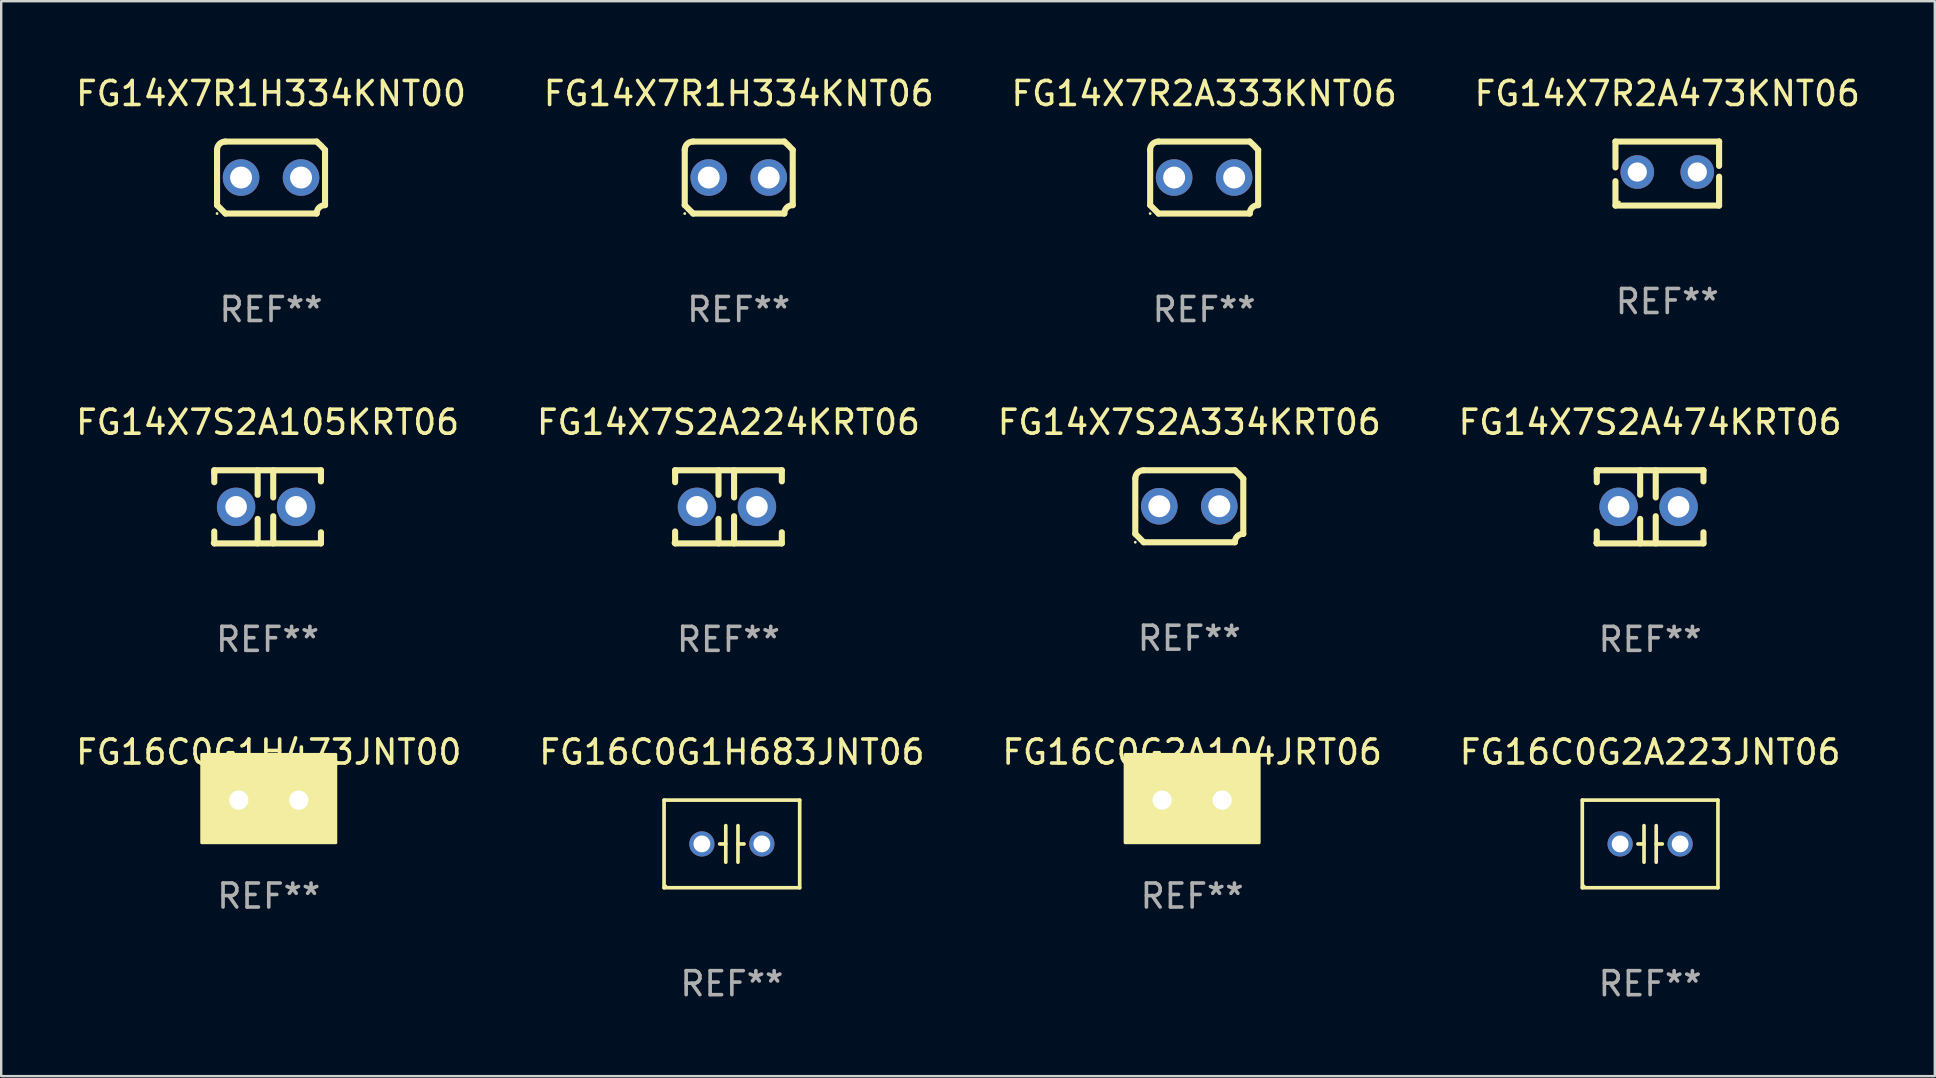
<source format=kicad_pcb>
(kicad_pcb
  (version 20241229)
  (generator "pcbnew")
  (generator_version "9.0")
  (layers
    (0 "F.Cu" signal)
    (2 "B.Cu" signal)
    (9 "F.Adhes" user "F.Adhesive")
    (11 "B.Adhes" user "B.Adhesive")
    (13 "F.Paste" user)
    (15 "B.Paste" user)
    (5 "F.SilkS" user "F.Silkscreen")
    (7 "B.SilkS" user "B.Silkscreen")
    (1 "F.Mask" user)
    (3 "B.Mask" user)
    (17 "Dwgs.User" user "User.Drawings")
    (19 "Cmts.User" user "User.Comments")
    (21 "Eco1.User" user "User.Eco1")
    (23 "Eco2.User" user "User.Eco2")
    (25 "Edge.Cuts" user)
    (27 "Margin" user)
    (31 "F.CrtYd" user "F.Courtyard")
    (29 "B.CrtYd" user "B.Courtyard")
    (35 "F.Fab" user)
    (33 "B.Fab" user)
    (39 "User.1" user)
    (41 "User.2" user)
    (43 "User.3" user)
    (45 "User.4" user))
  (footprint "FG16C0G2A223JNT06"
    (layer "F.Cu")
    (at 65.708 32.115)
    (property "Reference" "FG16C0G2A223JNT06" (at 0 -3.826 0) (layer "F.SilkS") (effects (font (size 1 1) (thickness 0.15))))
    (attr through_hole)
    (fp_line (start -2.826 -1.826) (end 2.826 -1.826) (stroke (width 0.152) (type solid)) (layer "F.SilkS"))
    (fp_line (start -2.826 1.826) (end -2.826 -1.826) (stroke (width 0.152) (type solid)) (layer "F.SilkS"))
    (fp_line (start -0.254 -0.762) (end -0.254 0.762) (stroke (width 0.152) (type solid)) (layer "F.SilkS"))
    (fp_line (start -0.254 0.001) (end -0.508 0.001) (stroke (width 0.152) (type solid)) (layer "F.SilkS"))
    (fp_line (start 0.254 0.001) (end 0.508 0.001) (stroke (width 0.152) (type solid)) (layer "F.SilkS"))
    (fp_line (start 0.254 0.762) (end 0.254 -0.762) (stroke (width 0.152) (type solid)) (layer "F.SilkS"))
    (fp_line (start 2.826 -1.826) (end 2.826 1.826) (stroke (width 0.152) (type solid)) (layer "F.SilkS"))
    (fp_line (start 2.826 1.826) (end -2.826 1.826) (stroke (width 0.152) (type solid)) (layer "F.SilkS"))
    (fp_circle (center -2.75 1.75) (end -2.72 1.75) (stroke (width 0.06) (type solid)) (fill no) (layer "F.SilkS"))
    (fp_text user "REF**" (at 0 5.826 0) (layer "F.Fab") (effects (font (size 1 1) (thickness 0.15))))
    (pad "1" thru_hole circle (at -1.25 -0.000013) (size 1.05 1.05) (drill 0.7) (layers "*.Cu" "*.Mask"))
    (pad "2" thru_hole circle (at 1.25 -0.000013) (size 1.05 1.05) (drill 0.7) (layers "*.Cu" "*.Mask")))
  (footprint "FG14X7S2A474KRT06"
    (layer "F.Cu")
    (at 65.708 18.069)
    (property "Reference" "FG14X7S2A474KRT06" (at 0 -3.524 0) (layer "F.SilkS") (effects (font (size 1 1) (thickness 0.15))))
    (attr through_hole)
    (fp_line (start -2.223 -1.524) (end 2.223 -1.524) (stroke (width 0.254) (type solid)) (layer "F.SilkS"))
    (fp_line (start -2.223 -1.397) (end -2.223 -1.524) (stroke (width 0.254) (type solid)) (layer "F.SilkS"))
    (fp_line (start -2.223 -1.026) (end -2.223 -1.397) (stroke (width 0.254) (type solid)) (layer "F.SilkS"))
    (fp_line (start -2.223 1.524) (end -2.223 1.026) (stroke (width 0.254) (type solid)) (layer "F.SilkS"))
    (fp_line (start -0.415 -1.524) (end -0.415 -0.503) (stroke (width 0.254) (type solid)) (layer "F.SilkS"))
    (fp_line (start -0.415 0.503) (end -0.415 1.524) (stroke (width 0.254) (type solid)) (layer "F.SilkS"))
    (fp_line (start 0.234 -1.524) (end 0.234 -0.391) (stroke (width 0.254) (type solid)) (layer "F.SilkS"))
    (fp_line (start 0.234 0.391) (end 0.234 1.524) (stroke (width 0.254) (type solid)) (layer "F.SilkS"))
    (fp_line (start 2.223 -1.524) (end 2.223 -1.06) (stroke (width 0.254) (type solid)) (layer "F.SilkS"))
    (fp_line (start 2.223 1.06) (end 2.223 1.524) (stroke (width 0.254) (type solid)) (layer "F.SilkS"))
    (fp_line (start 2.223 1.524) (end -2.223 1.524) (stroke (width 0.254) (type solid)) (layer "F.SilkS"))
    (fp_circle (center -2.314 1.5) (end -2.284 1.5) (stroke (width 0.06) (type solid)) (fill no) (layer "F.SilkS"))
    (fp_text user "REF**" (at 0 5.524 0) (layer "F.Fab") (effects (font (size 1 1) (thickness 0.15))))
    (pad "1" thru_hole circle (at -1.313 0) (size 1.6 1.6) (drill 0.9) (layers "*.Cu" "*.Mask"))
    (pad "2" thru_hole circle (at 1.187 0) (size 1.6 1.6) (drill 0.9) (layers "*.Cu" "*.Mask")))
  (footprint "FG14X7R2A473KNT06"
    (layer "F.Cu")
    (at 66.423 4.182)
    (property "Reference" "FG14X7R2A473KNT06" (at 0 -3.334 0) (layer "F.SilkS") (effects (font (size 1 1) (thickness 0.15))))
    (attr through_hole)
    (fp_line (start -2.159 -1.334) (end 2.159 -1.334) (stroke (width 0.254) (type solid)) (layer "F.SilkS"))
    (fp_line (start -2.159 -0.256) (end -2.159 -1.334) (stroke (width 0.254) (type solid)) (layer "F.SilkS"))
    (fp_line (start -2.159 1.334) (end -2.159 0.318) (stroke (width 0.254) (type solid)) (layer "F.SilkS"))
    (fp_line (start 2.159 -1.334) (end 2.159 -1.334) (stroke (width 0.254) (type solid)) (layer "F.SilkS"))
    (fp_line (start 2.159 -1.334) (end 2.159 -0.318) (stroke (width 0.254) (type solid)) (layer "F.SilkS"))
    (fp_line (start 2.159 0.129) (end 2.159 1.334) (stroke (width 0.254) (type solid)) (layer "F.SilkS"))
    (fp_line (start 2.159 1.334) (end -2.159 1.334) (stroke (width 0.254) (type solid)) (layer "F.SilkS"))
    (fp_circle (center -2 1.186) (end -1.97 1.186) (stroke (width 0.06) (type solid)) (fill no) (layer "F.SilkS"))
    (fp_text user "REF**" (at 0 5.334 0) (layer "F.Fab") (effects (font (size 1 1) (thickness 0.15))))
    (pad "1" thru_hole circle (at -1.25 -0.064) (size 1.4 1.4) (drill 0.8) (layers "*.Cu" "*.Mask"))
    (pad "2" thru_hole circle (at 1.25 -0.064) (size 1.4 1.4) (drill 0.8) (layers "*.Cu" "*.Mask")))
  (footprint "FG16C0G2A104JRT06"
    (layer "F.Cu")
    (at 46.625 30.289)
    (property "Reference" "FG16C0G2A104JRT06" (at 0 -2 0) (layer "F.SilkS") (effects (font (size 1 1) (thickness 0.15))))
    (attr through_hole)
    (fp_circle (center -2.75 1.75) (end -2.72 1.75) (stroke (width 0.06) (type solid)) (fill no) (layer "F.SilkS"))
    (fp_poly (pts (xy -2.794 -1.905) (xy 2.794 -1.905) (xy 2.794 1.778) (xy -2.794 1.778)) (stroke (width 0.12) (type solid)) (fill yes) (layer "F.SilkS"))
    (fp_text user "REF**" (at 0 4 0) (layer "F.Fab") (effects (font (size 1 1) (thickness 0.15))))
    (pad "1" thru_hole circle (at -1.25 0) (size 1.2 1.2) (drill 0.8) (layers "*.Cu" "*.Mask"))
    (pad "2" thru_hole circle (at 1.25 0) (size 1.2 1.2) (drill 0.8) (layers "*.Cu" "*.Mask")))
  (footprint "FG14X7R1H334KNT00"
    (layer "F.Cu")
    (at 8.244 4.348)
    (property "Reference" "FG14X7R1H334KNT00" (at 0 -3.5 0) (layer "F.SilkS") (effects (font (size 1 1) (thickness 0.15))))
    (attr through_hole)
    (fp_line (start -2.25 -1.15) (end -2.25 1.15) (stroke (width 0.254) (type solid)) (layer "F.SilkS"))
    (fp_line (start -1.9 -1.5) (end 1.9 -1.5) (stroke (width 0.254) (type solid)) (layer "F.SilkS"))
    (fp_line (start 1.9 1.5) (end -1.9 1.5) (stroke (width 0.254) (type solid)) (layer "F.SilkS"))
    (fp_line (start 2.25 1.15) (end 2.25 -1.15) (stroke (width 0.254) (type solid)) (layer "F.SilkS"))
    (fp_arc (start -2.250444 -1.150623) (mid -2.148751 -1.399065) (end -1.9 -1.5) (stroke (width 0.254001) (type solid)) (layer "F.SilkS"))
    (fp_arc (start -1.90061 1.500431) (mid -2.075366 1.325276) (end -2.249987 1.149987) (stroke (width 0.254001) (type solid)) (layer "F.SilkS"))
    (fp_arc (start 1.9 1.5) (mid 2.001853 1.251718) (end 2.250445 1.150622) (stroke (width 0.254001) (type solid)) (layer "F.SilkS"))
    (fp_arc (start 1.90066 -1.500432) (mid 2.081685 -1.331526) (end 2.250038 -1.149987) (stroke (width 0.254001) (type solid)) (layer "F.SilkS"))
    (fp_circle (center -2.25 1.5) (end -2.22 1.5) (stroke (width 0.06) (type solid)) (fill no) (layer "F.SilkS"))
    (fp_text user "REF**" (at 0 5.5 0) (layer "F.Fab") (effects (font (size 1 1) (thickness 0.15))))
    (pad "1" thru_hole circle (at -1.25 0) (size 1.524 1.524) (drill 0.914) (layers "*.Cu" "*.Mask"))
    (pad "2" thru_hole circle (at 1.25 0) (size 1.524 1.524) (drill 0.914) (layers "*.Cu" "*.Mask")))
  (footprint "FG14X7S2A105KRT06"
    (layer "F.Cu")
    (at 8.101 18.069)
    (property "Reference" "FG14X7S2A105KRT06" (at 0 -3.524 0) (layer "F.SilkS") (effects (font (size 1 1) (thickness 0.15))))
    (attr through_hole)
    (fp_line (start -2.223 -1.524) (end 2.223 -1.524) (stroke (width 0.254) (type solid)) (layer "F.SilkS"))
    (fp_line (start -2.223 -1.397) (end -2.223 -1.524) (stroke (width 0.254) (type solid)) (layer "F.SilkS"))
    (fp_line (start -2.223 -1.026) (end -2.223 -1.397) (stroke (width 0.254) (type solid)) (layer "F.SilkS"))
    (fp_line (start -2.223 1.524) (end -2.223 1.026) (stroke (width 0.254) (type solid)) (layer "F.SilkS"))
    (fp_line (start -0.415 -1.524) (end -0.415 -0.503) (stroke (width 0.254) (type solid)) (layer "F.SilkS"))
    (fp_line (start -0.415 0.503) (end -0.415 1.524) (stroke (width 0.254) (type solid)) (layer "F.SilkS"))
    (fp_line (start 0.234 -1.524) (end 0.234 -0.391) (stroke (width 0.254) (type solid)) (layer "F.SilkS"))
    (fp_line (start 0.234 0.391) (end 0.234 1.524) (stroke (width 0.254) (type solid)) (layer "F.SilkS"))
    (fp_line (start 2.223 -1.524) (end 2.223 -1.06) (stroke (width 0.254) (type solid)) (layer "F.SilkS"))
    (fp_line (start 2.223 1.06) (end 2.223 1.524) (stroke (width 0.254) (type solid)) (layer "F.SilkS"))
    (fp_line (start 2.223 1.524) (end -2.223 1.524) (stroke (width 0.254) (type solid)) (layer "F.SilkS"))
    (fp_circle (center -2.314 1.5) (end -2.284 1.5) (stroke (width 0.06) (type solid)) (fill no) (layer "F.SilkS"))
    (fp_text user "REF**" (at 0 5.524 0) (layer "F.Fab") (effects (font (size 1 1) (thickness 0.15))))
    (pad "1" thru_hole circle (at -1.313 0) (size 1.6 1.6) (drill 0.9) (layers "*.Cu" "*.Mask"))
    (pad "2" thru_hole circle (at 1.187 0) (size 1.6 1.6) (drill 0.9) (layers "*.Cu" "*.Mask")))
  (footprint "FG14X7R1H334KNT06"
    (layer "F.Cu")
    (at 27.732 4.348)
    (property "Reference" "FG14X7R1H334KNT06" (at 0 -3.5 0) (layer "F.SilkS") (effects (font (size 1 1) (thickness 0.15))))
    (attr through_hole)
    (fp_line (start -2.25 -1.15) (end -2.25 1.15) (stroke (width 0.254) (type solid)) (layer "F.SilkS"))
    (fp_line (start -1.9 -1.5) (end 1.9 -1.5) (stroke (width 0.254) (type solid)) (layer "F.SilkS"))
    (fp_line (start 1.9 1.5) (end -1.9 1.5) (stroke (width 0.254) (type solid)) (layer "F.SilkS"))
    (fp_line (start 2.25 1.15) (end 2.25 -1.15) (stroke (width 0.254) (type solid)) (layer "F.SilkS"))
    (fp_arc (start -2.250444 -1.150623) (mid -2.148751 -1.399065) (end -1.9 -1.5) (stroke (width 0.254001) (type solid)) (layer "F.SilkS"))
    (fp_arc (start -1.90061 1.500431) (mid -2.075366 1.325276) (end -2.249987 1.149987) (stroke (width 0.254001) (type solid)) (layer "F.SilkS"))
    (fp_arc (start 1.9 1.5) (mid 2.001853 1.251718) (end 2.250445 1.150622) (stroke (width 0.254001) (type solid)) (layer "F.SilkS"))
    (fp_arc (start 1.90066 -1.500432) (mid 2.081685 -1.331526) (end 2.250038 -1.149987) (stroke (width 0.254001) (type solid)) (layer "F.SilkS"))
    (fp_circle (center -2.25 1.5) (end -2.22 1.5) (stroke (width 0.06) (type solid)) (fill no) (layer "F.SilkS"))
    (fp_text user "REF**" (at 0 5.5 0) (layer "F.Fab") (effects (font (size 1 1) (thickness 0.15))))
    (pad "1" thru_hole circle (at -1.25 0) (size 1.524 1.524) (drill 0.914) (layers "*.Cu" "*.Mask"))
    (pad "2" thru_hole circle (at 1.25 0) (size 1.524 1.524) (drill 0.914) (layers "*.Cu" "*.Mask")))
  (footprint "FG14X7S2A224KRT06"
    (layer "F.Cu")
    (at 27.304 18.069)
    (property "Reference" "FG14X7S2A224KRT06" (at 0 -3.524 0) (layer "F.SilkS") (effects (font (size 1 1) (thickness 0.15))))
    (attr through_hole)
    (fp_line (start -2.223 -1.524) (end 2.223 -1.524) (stroke (width 0.254) (type solid)) (layer "F.SilkS"))
    (fp_line (start -2.223 -1.397) (end -2.223 -1.524) (stroke (width 0.254) (type solid)) (layer "F.SilkS"))
    (fp_line (start -2.223 -1.026) (end -2.223 -1.397) (stroke (width 0.254) (type solid)) (layer "F.SilkS"))
    (fp_line (start -2.223 1.524) (end -2.223 1.026) (stroke (width 0.254) (type solid)) (layer "F.SilkS"))
    (fp_line (start -0.415 -1.524) (end -0.415 -0.503) (stroke (width 0.254) (type solid)) (layer "F.SilkS"))
    (fp_line (start -0.415 0.503) (end -0.415 1.524) (stroke (width 0.254) (type solid)) (layer "F.SilkS"))
    (fp_line (start 0.234 -1.524) (end 0.234 -0.391) (stroke (width 0.254) (type solid)) (layer "F.SilkS"))
    (fp_line (start 0.234 0.391) (end 0.234 1.524) (stroke (width 0.254) (type solid)) (layer "F.SilkS"))
    (fp_line (start 2.223 -1.524) (end 2.223 -1.06) (stroke (width 0.254) (type solid)) (layer "F.SilkS"))
    (fp_line (start 2.223 1.06) (end 2.223 1.524) (stroke (width 0.254) (type solid)) (layer "F.SilkS"))
    (fp_line (start 2.223 1.524) (end -2.223 1.524) (stroke (width 0.254) (type solid)) (layer "F.SilkS"))
    (fp_circle (center -2.314 1.5) (end -2.284 1.5) (stroke (width 0.06) (type solid)) (fill no) (layer "F.SilkS"))
    (fp_text user "REF**" (at 0 5.524 0) (layer "F.Fab") (effects (font (size 1 1) (thickness 0.15))))
    (pad "1" thru_hole circle (at -1.313 0) (size 1.6 1.6) (drill 0.9) (layers "*.Cu" "*.Mask"))
    (pad "2" thru_hole circle (at 1.187 0) (size 1.6 1.6) (drill 0.9) (layers "*.Cu" "*.Mask")))
  (footprint "FG16C0G1H683JNT06"
    (layer "F.Cu")
    (at 27.446 32.115)
    (property "Reference" "FG16C0G1H683JNT06" (at 0 -3.826 0) (layer "F.SilkS") (effects (font (size 1 1) (thickness 0.15))))
    (attr through_hole)
    (fp_line (start -2.826 -1.826) (end 2.826 -1.826) (stroke (width 0.152) (type solid)) (layer "F.SilkS"))
    (fp_line (start -2.826 1.826) (end -2.826 -1.826) (stroke (width 0.152) (type solid)) (layer "F.SilkS"))
    (fp_line (start -0.254 -0.762) (end -0.254 0.762) (stroke (width 0.152) (type solid)) (layer "F.SilkS"))
    (fp_line (start -0.254 0.001) (end -0.508 0.001) (stroke (width 0.152) (type solid)) (layer "F.SilkS"))
    (fp_line (start 0.254 0.001) (end 0.508 0.001) (stroke (width 0.152) (type solid)) (layer "F.SilkS"))
    (fp_line (start 0.254 0.762) (end 0.254 -0.762) (stroke (width 0.152) (type solid)) (layer "F.SilkS"))
    (fp_line (start 2.826 -1.826) (end 2.826 1.826) (stroke (width 0.152) (type solid)) (layer "F.SilkS"))
    (fp_line (start 2.826 1.826) (end -2.826 1.826) (stroke (width 0.152) (type solid)) (layer "F.SilkS"))
    (fp_circle (center -2.75 1.75) (end -2.72 1.75) (stroke (width 0.06) (type solid)) (fill no) (layer "F.SilkS"))
    (fp_text user "REF**" (at 0 5.826 0) (layer "F.Fab") (effects (font (size 1 1) (thickness 0.15))))
    (pad "1" thru_hole circle (at -1.25 -0.000013) (size 1.05 1.05) (drill 0.7) (layers "*.Cu" "*.Mask"))
    (pad "2" thru_hole circle (at 1.25 -0.000013) (size 1.05 1.05) (drill 0.7) (layers "*.Cu" "*.Mask")))
  (footprint "FG16C0G1H473JNT00"
    (layer "F.Cu")
    (at 8.149 30.289)
    (property "Reference" "FG16C0G1H473JNT00" (at 0 -2 0) (layer "F.SilkS") (effects (font (size 1 1) (thickness 0.15))))
    (attr through_hole)
    (fp_circle (center -2.75 1.75) (end -2.72 1.75) (stroke (width 0.06) (type solid)) (fill no) (layer "F.SilkS"))
    (fp_poly (pts (xy -2.794 -1.905) (xy 2.794 -1.905) (xy 2.794 1.778) (xy -2.794 1.778)) (stroke (width 0.12) (type solid)) (fill yes) (layer "F.SilkS"))
    (fp_text user "REF**" (at 0 4 0) (layer "F.Fab") (effects (font (size 1 1) (thickness 0.15))))
    (pad "1" thru_hole circle (at -1.25 0) (size 1.2 1.2) (drill 0.8) (layers "*.Cu" "*.Mask"))
    (pad "2" thru_hole circle (at 1.25 0) (size 1.2 1.2) (drill 0.8) (layers "*.Cu" "*.Mask")))
  (footprint "FG14X7S2A334KRT06"
    (layer "F.Cu")
    (at 46.506 18.045)
    (property "Reference" "FG14X7S2A334KRT06" (at 0 -3.5 0) (layer "F.SilkS") (effects (font (size 1 1) (thickness 0.15))))
    (attr through_hole)
    (fp_line (start -2.25 -1.15) (end -2.25 1.15) (stroke (width 0.254) (type solid)) (layer "F.SilkS"))
    (fp_line (start -1.9 -1.5) (end 1.9 -1.5) (stroke (width 0.254) (type solid)) (layer "F.SilkS"))
    (fp_line (start 1.9 1.5) (end -1.9 1.5) (stroke (width 0.254) (type solid)) (layer "F.SilkS"))
    (fp_line (start 2.25 1.15) (end 2.25 -1.15) (stroke (width 0.254) (type solid)) (layer "F.SilkS"))
    (fp_arc (start -2.250444 -1.150623) (mid -2.148751 -1.399065) (end -1.9 -1.5) (stroke (width 0.254001) (type solid)) (layer "F.SilkS"))
    (fp_arc (start -1.90061 1.500431) (mid -2.075366 1.325276) (end -2.249987 1.149987) (stroke (width 0.254001) (type solid)) (layer "F.SilkS"))
    (fp_arc (start 1.9 1.5) (mid 2.001853 1.251718) (end 2.250445 1.150622) (stroke (width 0.254001) (type solid)) (layer "F.SilkS"))
    (fp_arc (start 1.90066 -1.500432) (mid 2.081685 -1.331526) (end 2.250038 -1.149987) (stroke (width 0.254001) (type solid)) (layer "F.SilkS"))
    (fp_circle (center -2.25 1.5) (end -2.22 1.5) (stroke (width 0.06) (type solid)) (fill no) (layer "F.SilkS"))
    (fp_text user "REF**" (at 0 5.5 0) (layer "F.Fab") (effects (font (size 1 1) (thickness 0.15))))
    (pad "1" thru_hole circle (at -1.25 0) (size 1.524 1.524) (drill 0.914) (layers "*.Cu" "*.Mask"))
    (pad "2" thru_hole circle (at 1.25 0) (size 1.524 1.524) (drill 0.914) (layers "*.Cu" "*.Mask")))
  (footprint "FG14X7R2A333KNT06"
    (layer "F.Cu")
    (at 47.125 4.348)
    (property "Reference" "FG14X7R2A333KNT06" (at 0 -3.5 0) (layer "F.SilkS") (effects (font (size 1 1) (thickness 0.15))))
    (attr through_hole)
    (fp_line (start -2.25 -1.15) (end -2.25 1.15) (stroke (width 0.254) (type solid)) (layer "F.SilkS"))
    (fp_line (start -1.9 -1.5) (end 1.9 -1.5) (stroke (width 0.254) (type solid)) (layer "F.SilkS"))
    (fp_line (start 1.9 1.5) (end -1.9 1.5) (stroke (width 0.254) (type solid)) (layer "F.SilkS"))
    (fp_line (start 2.25 1.15) (end 2.25 -1.15) (stroke (width 0.254) (type solid)) (layer "F.SilkS"))
    (fp_arc (start -2.250444 -1.150623) (mid -2.148751 -1.399065) (end -1.9 -1.5) (stroke (width 0.254001) (type solid)) (layer "F.SilkS"))
    (fp_arc (start -1.90061 1.500431) (mid -2.075366 1.325276) (end -2.249987 1.149987) (stroke (width 0.254001) (type solid)) (layer "F.SilkS"))
    (fp_arc (start 1.9 1.5) (mid 2.001853 1.251718) (end 2.250445 1.150622) (stroke (width 0.254001) (type solid)) (layer "F.SilkS"))
    (fp_arc (start 1.90066 -1.500432) (mid 2.081685 -1.331526) (end 2.250038 -1.149987) (stroke (width 0.254001) (type solid)) (layer "F.SilkS"))
    (fp_circle (center -2.25 1.5) (end -2.22 1.5) (stroke (width 0.06) (type solid)) (fill no) (layer "F.SilkS"))
    (fp_text user "REF**" (at 0 5.5 0) (layer "F.Fab") (effects (font (size 1 1) (thickness 0.15))))
    (pad "1" thru_hole circle (at -1.25 0) (size 1.524 1.524) (drill 0.914) (layers "*.Cu" "*.Mask"))
    (pad "2" thru_hole circle (at 1.25 0) (size 1.524 1.524) (drill 0.914) (layers "*.Cu" "*.Mask")))
  (gr_rect
    (start -3 -3)
    (end 77.571 41.79)
    (stroke (width 0.1) (type default))
    (fill no)
    (layer "Edge.Cuts")))
</source>
